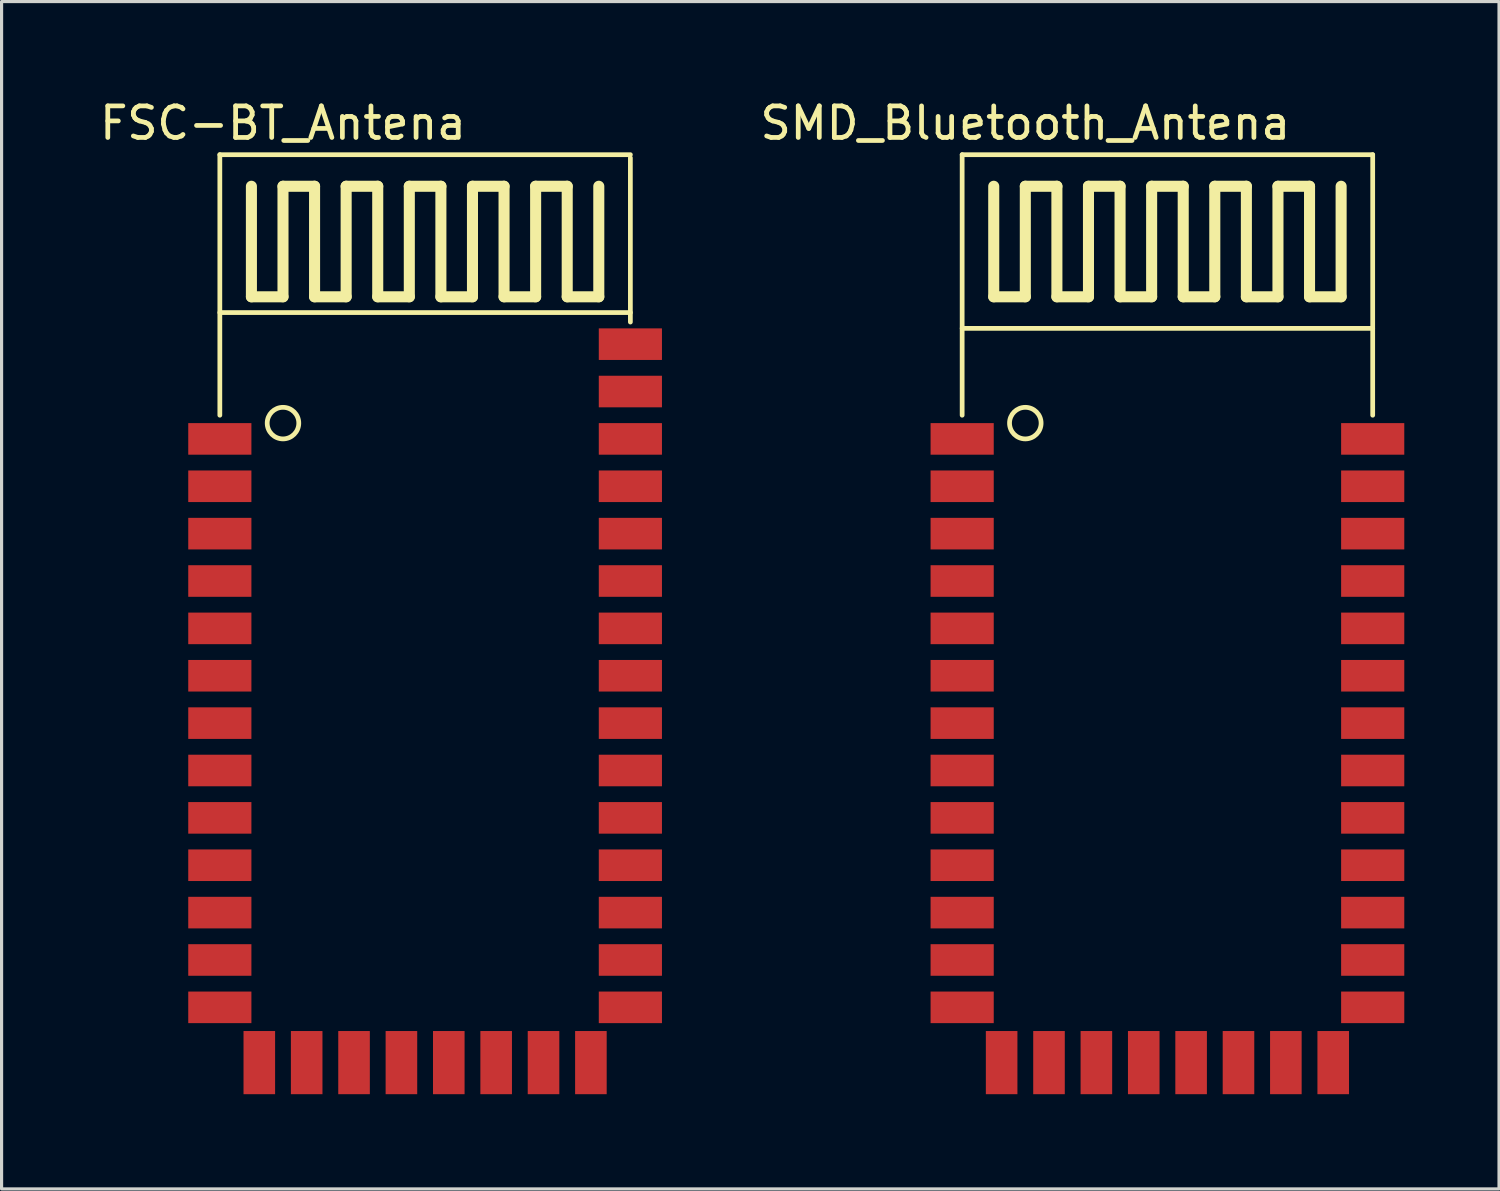
<source format=kicad_pcb>
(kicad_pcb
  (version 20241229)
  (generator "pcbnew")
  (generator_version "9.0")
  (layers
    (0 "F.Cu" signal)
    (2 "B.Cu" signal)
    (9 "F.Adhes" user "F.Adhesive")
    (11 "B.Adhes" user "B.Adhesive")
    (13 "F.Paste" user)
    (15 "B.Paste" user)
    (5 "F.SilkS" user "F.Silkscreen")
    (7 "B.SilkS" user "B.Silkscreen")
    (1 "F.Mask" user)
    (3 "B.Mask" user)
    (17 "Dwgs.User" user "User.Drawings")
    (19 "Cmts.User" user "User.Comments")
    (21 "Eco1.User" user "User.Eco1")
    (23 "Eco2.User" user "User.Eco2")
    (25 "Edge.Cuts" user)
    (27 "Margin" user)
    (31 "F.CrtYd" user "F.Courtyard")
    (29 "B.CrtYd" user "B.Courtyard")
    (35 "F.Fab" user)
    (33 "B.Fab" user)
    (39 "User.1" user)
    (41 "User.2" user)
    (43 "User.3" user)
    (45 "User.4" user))
  (footprint "FSC-BT_Antena"
    (layer "F.Cu")
    (at 10.411 19.848)
    (property "Reference" "FSC-BT_Antena" (at -4.5 -19 0) (layer "F.SilkS") (effects (font (size 1 1) (thickness 0.15))))
    (attr through_hole)
    (fp_line (start -6.5 -18) (end -6.5 -9.75) (stroke (width 0.15) (type solid)) (layer "F.SilkS"))
    (fp_line (start -6.5 -18) (end 6.5 -18) (stroke (width 0.15) (type solid)) (layer "F.SilkS"))
    (fp_line (start -6.5 -13) (end 6.5 -13) (stroke (width 0.15) (type solid)) (layer "F.SilkS"))
    (fp_line (start -5.5 -13.5) (end -5.5 -17) (stroke (width 0.35) (type solid)) (layer "F.SilkS"))
    (fp_line (start -4.5 -17) (end -4.5 -13.5) (stroke (width 0.35) (type solid)) (layer "F.SilkS"))
    (fp_line (start -4.5 -13.5) (end -5.5 -13.5) (stroke (width 0.35) (type solid)) (layer "F.SilkS"))
    (fp_line (start -3.5 -17) (end -4.5 -17) (stroke (width 0.35) (type solid)) (layer "F.SilkS"))
    (fp_line (start -3.5 -13.5) (end -3.5 -17) (stroke (width 0.35) (type solid)) (layer "F.SilkS"))
    (fp_line (start -2.5 -17) (end -2.5 -13.5) (stroke (width 0.35) (type solid)) (layer "F.SilkS"))
    (fp_line (start -2.5 -13.5) (end -3.5 -13.5) (stroke (width 0.35) (type solid)) (layer "F.SilkS"))
    (fp_line (start -1.5 -17) (end -2.5 -17) (stroke (width 0.35) (type solid)) (layer "F.SilkS"))
    (fp_line (start -1.5 -13.5) (end -1.5 -17) (stroke (width 0.35) (type solid)) (layer "F.SilkS"))
    (fp_line (start -0.5 -17) (end -0.5 -13.5) (stroke (width 0.35) (type solid)) (layer "F.SilkS"))
    (fp_line (start -0.5 -13.5) (end -1.5 -13.5) (stroke (width 0.35) (type solid)) (layer "F.SilkS"))
    (fp_line (start 0.5 -17) (end -0.5 -17) (stroke (width 0.35) (type solid)) (layer "F.SilkS"))
    (fp_line (start 0.5 -13.5) (end 0.5 -17) (stroke (width 0.35) (type solid)) (layer "F.SilkS"))
    (fp_line (start 1.5 -17) (end 1.5 -13.5) (stroke (width 0.35) (type solid)) (layer "F.SilkS"))
    (fp_line (start 1.5 -13.5) (end 0.5 -13.5) (stroke (width 0.35) (type solid)) (layer "F.SilkS"))
    (fp_line (start 2.5 -17) (end 1.5 -17) (stroke (width 0.35) (type solid)) (layer "F.SilkS"))
    (fp_line (start 2.5 -13.5) (end 2.5 -17) (stroke (width 0.35) (type solid)) (layer "F.SilkS"))
    (fp_line (start 3.5 -17) (end 3.5 -13.5) (stroke (width 0.35) (type solid)) (layer "F.SilkS"))
    (fp_line (start 3.5 -13.5) (end 2.5 -13.5) (stroke (width 0.35) (type solid)) (layer "F.SilkS"))
    (fp_line (start 4.5 -17) (end 3.5 -17) (stroke (width 0.35) (type solid)) (layer "F.SilkS"))
    (fp_line (start 4.5 -13.5) (end 4.5 -17) (stroke (width 0.35) (type solid)) (layer "F.SilkS"))
    (fp_line (start 5.5 -17) (end 5.5 -13.5) (stroke (width 0.35) (type solid)) (layer "F.SilkS"))
    (fp_line (start 5.5 -13.5) (end 4.5 -13.5) (stroke (width 0.35) (type solid)) (layer "F.SilkS"))
    (fp_line (start 6.5 -17.9) (end 6.5 -12.7) (stroke (width 0.15) (type solid)) (layer "F.SilkS"))
    (fp_circle (center -4.5 -9.5) (end -4 -9.5) (stroke (width 0.15) (type solid)) (fill no) (layer "F.SilkS"))
    (pad "1" smd rect (at -6.5 -9) (size 2 1) (layers "F.Cu" "F.Mask" "F.Paste"))
    (pad "2" smd rect (at -6.5 -7.5) (size 2 1) (layers "F.Cu" "F.Mask" "F.Paste"))
    (pad "3" smd rect (at -6.5 -6) (size 2 1) (layers "F.Cu" "F.Mask" "F.Paste"))
    (pad "4" smd rect (at -6.5 -4.5) (size 2 1) (layers "F.Cu" "F.Mask" "F.Paste"))
    (pad "5" smd rect (at -6.5 -3) (size 2 1) (layers "F.Cu" "F.Mask" "F.Paste"))
    (pad "6" smd rect (at -6.5 -1.5) (size 2 1) (layers "F.Cu" "F.Mask" "F.Paste"))
    (pad "7" smd rect (at -6.5 0) (size 2 1) (layers "F.Cu" "F.Mask" "F.Paste"))
    (pad "8" smd rect (at -6.5 1.5) (size 2 1) (layers "F.Cu" "F.Mask" "F.Paste"))
    (pad "9" smd rect (at -6.5 3) (size 2 1) (layers "F.Cu" "F.Mask" "F.Paste"))
    (pad "10" smd rect (at -6.5 4.5) (size 2 1) (layers "F.Cu" "F.Mask" "F.Paste"))
    (pad "11" smd rect (at -6.5 6) (size 2 1) (layers "F.Cu" "F.Mask" "F.Paste"))
    (pad "12" smd rect (at -6.5 7.5) (size 2 1) (layers "F.Cu" "F.Mask" "F.Paste"))
    (pad "13" smd rect (at -6.5 9) (size 2 1) (layers "F.Cu" "F.Mask" "F.Paste"))
    (pad "14" smd rect (at -5.25 10.75) (size 1 2) (layers "F.Cu" "F.Mask" "F.Paste"))
    (pad "15" smd rect (at -3.75 10.75) (size 1 2) (layers "F.Cu" "F.Mask" "F.Paste"))
    (pad "16" smd rect (at -2.25 10.75) (size 1 2) (layers "F.Cu" "F.Mask" "F.Paste"))
    (pad "17" smd rect (at -0.75 10.75) (size 1 2) (layers "F.Cu" "F.Mask" "F.Paste"))
    (pad "18" smd rect (at 0.75 10.75) (size 1 2) (layers "F.Cu" "F.Mask" "F.Paste"))
    (pad "19" smd rect (at 2.25 10.75) (size 1 2) (layers "F.Cu" "F.Mask" "F.Paste"))
    (pad "20" smd rect (at 3.75 10.75) (size 1 2) (layers "F.Cu" "F.Mask" "F.Paste"))
    (pad "21" smd rect (at 5.25 10.75) (size 1 2) (layers "F.Cu" "F.Mask" "F.Paste"))
    (pad "22" smd rect (at 6.5 9) (size 2 1) (layers "F.Cu" "F.Mask" "F.Paste"))
    (pad "23" smd rect (at 6.5 7.5) (size 2 1) (layers "F.Cu" "F.Mask" "F.Paste"))
    (pad "24" smd rect (at 6.5 6) (size 2 1) (layers "F.Cu" "F.Mask" "F.Paste"))
    (pad "25" smd rect (at 6.5 4.5) (size 2 1) (layers "F.Cu" "F.Mask" "F.Paste"))
    (pad "26" smd rect (at 6.5 3) (size 2 1) (layers "F.Cu" "F.Mask" "F.Paste"))
    (pad "27" smd rect (at 6.5 1.5) (size 2 1) (layers "F.Cu" "F.Mask" "F.Paste"))
    (pad "28" smd rect (at 6.5 0) (size 2 1) (layers "F.Cu" "F.Mask" "F.Paste"))
    (pad "29" smd rect (at 6.5 -1.5) (size 2 1) (layers "F.Cu" "F.Mask" "F.Paste"))
    (pad "30" smd rect (at 6.5 -3) (size 2 1) (layers "F.Cu" "F.Mask" "F.Paste"))
    (pad "31" smd rect (at 6.5 -4.5) (size 2 1) (layers "F.Cu" "F.Mask" "F.Paste"))
    (pad "32" smd rect (at 6.5 -6) (size 2 1) (layers "F.Cu" "F.Mask" "F.Paste"))
    (pad "33" smd rect (at 6.5 -7.5) (size 2 1) (layers "F.Cu" "F.Mask" "F.Paste"))
    (pad "34" smd rect (at 6.5 -9) (size 2 1) (layers "F.Cu" "F.Mask" "F.Paste"))
    (pad "35" smd rect (at 6.5 -10.5) (size 2 1) (layers "F.Cu" "F.Mask" "F.Paste"))
    (pad "36" smd rect (at 6.5 -12) (size 2 1) (layers "F.Cu" "F.Mask" "F.Paste")))
  (footprint "SMD_Bluetooth_Antena"
    (layer "F.Cu")
    (at 33.917 19.848)
    (property "Reference" "SMD_Bluetooth_Antena" (at -4.5 -19 0) (layer "F.SilkS") (effects (font (size 1 1) (thickness 0.15))))
    (attr through_hole)
    (fp_line (start -6.5 -18) (end -6.5 -9.75) (stroke (width 0.15) (type solid)) (layer "F.SilkS"))
    (fp_line (start -6.5 -18) (end 6.5 -18) (stroke (width 0.15) (type solid)) (layer "F.SilkS"))
    (fp_line (start -6.5 -12.5) (end 6.5 -12.5) (stroke (width 0.15) (type solid)) (layer "F.SilkS"))
    (fp_line (start -5.5 -13.5) (end -5.5 -17) (stroke (width 0.35) (type solid)) (layer "F.SilkS"))
    (fp_line (start -4.5 -17) (end -4.5 -13.5) (stroke (width 0.35) (type solid)) (layer "F.SilkS"))
    (fp_line (start -4.5 -13.5) (end -5.5 -13.5) (stroke (width 0.35) (type solid)) (layer "F.SilkS"))
    (fp_line (start -3.5 -17) (end -4.5 -17) (stroke (width 0.35) (type solid)) (layer "F.SilkS"))
    (fp_line (start -3.5 -13.5) (end -3.5 -17) (stroke (width 0.35) (type solid)) (layer "F.SilkS"))
    (fp_line (start -2.5 -17) (end -2.5 -13.5) (stroke (width 0.35) (type solid)) (layer "F.SilkS"))
    (fp_line (start -2.5 -13.5) (end -3.5 -13.5) (stroke (width 0.35) (type solid)) (layer "F.SilkS"))
    (fp_line (start -1.5 -17) (end -2.5 -17) (stroke (width 0.35) (type solid)) (layer "F.SilkS"))
    (fp_line (start -1.5 -13.5) (end -1.5 -17) (stroke (width 0.35) (type solid)) (layer "F.SilkS"))
    (fp_line (start -0.5 -17) (end -0.5 -13.5) (stroke (width 0.35) (type solid)) (layer "F.SilkS"))
    (fp_line (start -0.5 -13.5) (end -1.5 -13.5) (stroke (width 0.35) (type solid)) (layer "F.SilkS"))
    (fp_line (start 0.5 -17) (end -0.5 -17) (stroke (width 0.35) (type solid)) (layer "F.SilkS"))
    (fp_line (start 0.5 -13.5) (end 0.5 -17) (stroke (width 0.35) (type solid)) (layer "F.SilkS"))
    (fp_line (start 1.5 -17) (end 1.5 -13.5) (stroke (width 0.35) (type solid)) (layer "F.SilkS"))
    (fp_line (start 1.5 -13.5) (end 0.5 -13.5) (stroke (width 0.35) (type solid)) (layer "F.SilkS"))
    (fp_line (start 2.5 -17) (end 1.5 -17) (stroke (width 0.35) (type solid)) (layer "F.SilkS"))
    (fp_line (start 2.5 -13.5) (end 2.5 -17) (stroke (width 0.35) (type solid)) (layer "F.SilkS"))
    (fp_line (start 3.5 -17) (end 3.5 -13.5) (stroke (width 0.35) (type solid)) (layer "F.SilkS"))
    (fp_line (start 3.5 -13.5) (end 2.5 -13.5) (stroke (width 0.35) (type solid)) (layer "F.SilkS"))
    (fp_line (start 4.5 -17) (end 3.5 -17) (stroke (width 0.35) (type solid)) (layer "F.SilkS"))
    (fp_line (start 4.5 -13.5) (end 4.5 -17) (stroke (width 0.35) (type solid)) (layer "F.SilkS"))
    (fp_line (start 5.5 -17) (end 5.5 -13.5) (stroke (width 0.35) (type solid)) (layer "F.SilkS"))
    (fp_line (start 5.5 -13.5) (end 4.5 -13.5) (stroke (width 0.35) (type solid)) (layer "F.SilkS"))
    (fp_line (start 6.5 -18) (end 6.5 -9.75) (stroke (width 0.15) (type solid)) (layer "F.SilkS"))
    (fp_circle (center -4.5 -9.5) (end -4 -9.5) (stroke (width 0.15) (type solid)) (fill no) (layer "F.SilkS"))
    (pad "1" smd rect (at -6.5 -9) (size 2 1) (layers "F.Cu" "F.Mask" "F.Paste"))
    (pad "2" smd rect (at -6.5 -7.5) (size 2 1) (layers "F.Cu" "F.Mask" "F.Paste"))
    (pad "3" smd rect (at -6.5 -6) (size 2 1) (layers "F.Cu" "F.Mask" "F.Paste"))
    (pad "4" smd rect (at -6.5 -4.5) (size 2 1) (layers "F.Cu" "F.Mask" "F.Paste"))
    (pad "5" smd rect (at -6.5 -3) (size 2 1) (layers "F.Cu" "F.Mask" "F.Paste"))
    (pad "6" smd rect (at -6.5 -1.5) (size 2 1) (layers "F.Cu" "F.Mask" "F.Paste"))
    (pad "7" smd rect (at -6.5 0) (size 2 1) (layers "F.Cu" "F.Mask" "F.Paste"))
    (pad "8" smd rect (at -6.5 1.5) (size 2 1) (layers "F.Cu" "F.Mask" "F.Paste"))
    (pad "9" smd rect (at -6.5 3) (size 2 1) (layers "F.Cu" "F.Mask" "F.Paste"))
    (pad "10" smd rect (at -6.5 4.5) (size 2 1) (layers "F.Cu" "F.Mask" "F.Paste"))
    (pad "11" smd rect (at -6.5 6) (size 2 1) (layers "F.Cu" "F.Mask" "F.Paste"))
    (pad "12" smd rect (at -6.5 7.5) (size 2 1) (layers "F.Cu" "F.Mask" "F.Paste"))
    (pad "13" smd rect (at -6.5 9) (size 2 1) (layers "F.Cu" "F.Mask" "F.Paste"))
    (pad "14" smd rect (at -5.25 10.75) (size 1 2) (layers "F.Cu" "F.Mask" "F.Paste"))
    (pad "15" smd rect (at -3.75 10.75) (size 1 2) (layers "F.Cu" "F.Mask" "F.Paste"))
    (pad "16" smd rect (at -2.25 10.75) (size 1 2) (layers "F.Cu" "F.Mask" "F.Paste"))
    (pad "17" smd rect (at -0.75 10.75) (size 1 2) (layers "F.Cu" "F.Mask" "F.Paste"))
    (pad "18" smd rect (at 0.75 10.75) (size 1 2) (layers "F.Cu" "F.Mask" "F.Paste"))
    (pad "19" smd rect (at 2.25 10.75) (size 1 2) (layers "F.Cu" "F.Mask" "F.Paste"))
    (pad "20" smd rect (at 3.75 10.75) (size 1 2) (layers "F.Cu" "F.Mask" "F.Paste"))
    (pad "21" smd rect (at 5.25 10.75) (size 1 2) (layers "F.Cu" "F.Mask" "F.Paste"))
    (pad "22" smd rect (at 6.5 9) (size 2 1) (layers "F.Cu" "F.Mask" "F.Paste"))
    (pad "23" smd rect (at 6.5 7.5) (size 2 1) (layers "F.Cu" "F.Mask" "F.Paste"))
    (pad "24" smd rect (at 6.5 6) (size 2 1) (layers "F.Cu" "F.Mask" "F.Paste"))
    (pad "25" smd rect (at 6.5 4.5) (size 2 1) (layers "F.Cu" "F.Mask" "F.Paste"))
    (pad "26" smd rect (at 6.5 3) (size 2 1) (layers "F.Cu" "F.Mask" "F.Paste"))
    (pad "27" smd rect (at 6.5 1.5) (size 2 1) (layers "F.Cu" "F.Mask" "F.Paste"))
    (pad "28" smd rect (at 6.5 0) (size 2 1) (layers "F.Cu" "F.Mask" "F.Paste"))
    (pad "29" smd rect (at 6.5 -1.5) (size 2 1) (layers "F.Cu" "F.Mask" "F.Paste"))
    (pad "30" smd rect (at 6.5 -3) (size 2 1) (layers "F.Cu" "F.Mask" "F.Paste"))
    (pad "31" smd rect (at 6.5 -4.5) (size 2 1) (layers "F.Cu" "F.Mask" "F.Paste"))
    (pad "32" smd rect (at 6.5 -6) (size 2 1) (layers "F.Cu" "F.Mask" "F.Paste"))
    (pad "33" smd rect (at 6.5 -7.5) (size 2 1) (layers "F.Cu" "F.Mask" "F.Paste"))
    (pad "34" smd rect (at 6.5 -9) (size 2 1) (layers "F.Cu" "F.Mask" "F.Paste")))
  (gr_rect
    (start -3 -3)
    (end 44.417 34.598)
    (stroke (width 0.1) (type default))
    (fill no)
    (layer "Edge.Cuts")))
</source>
